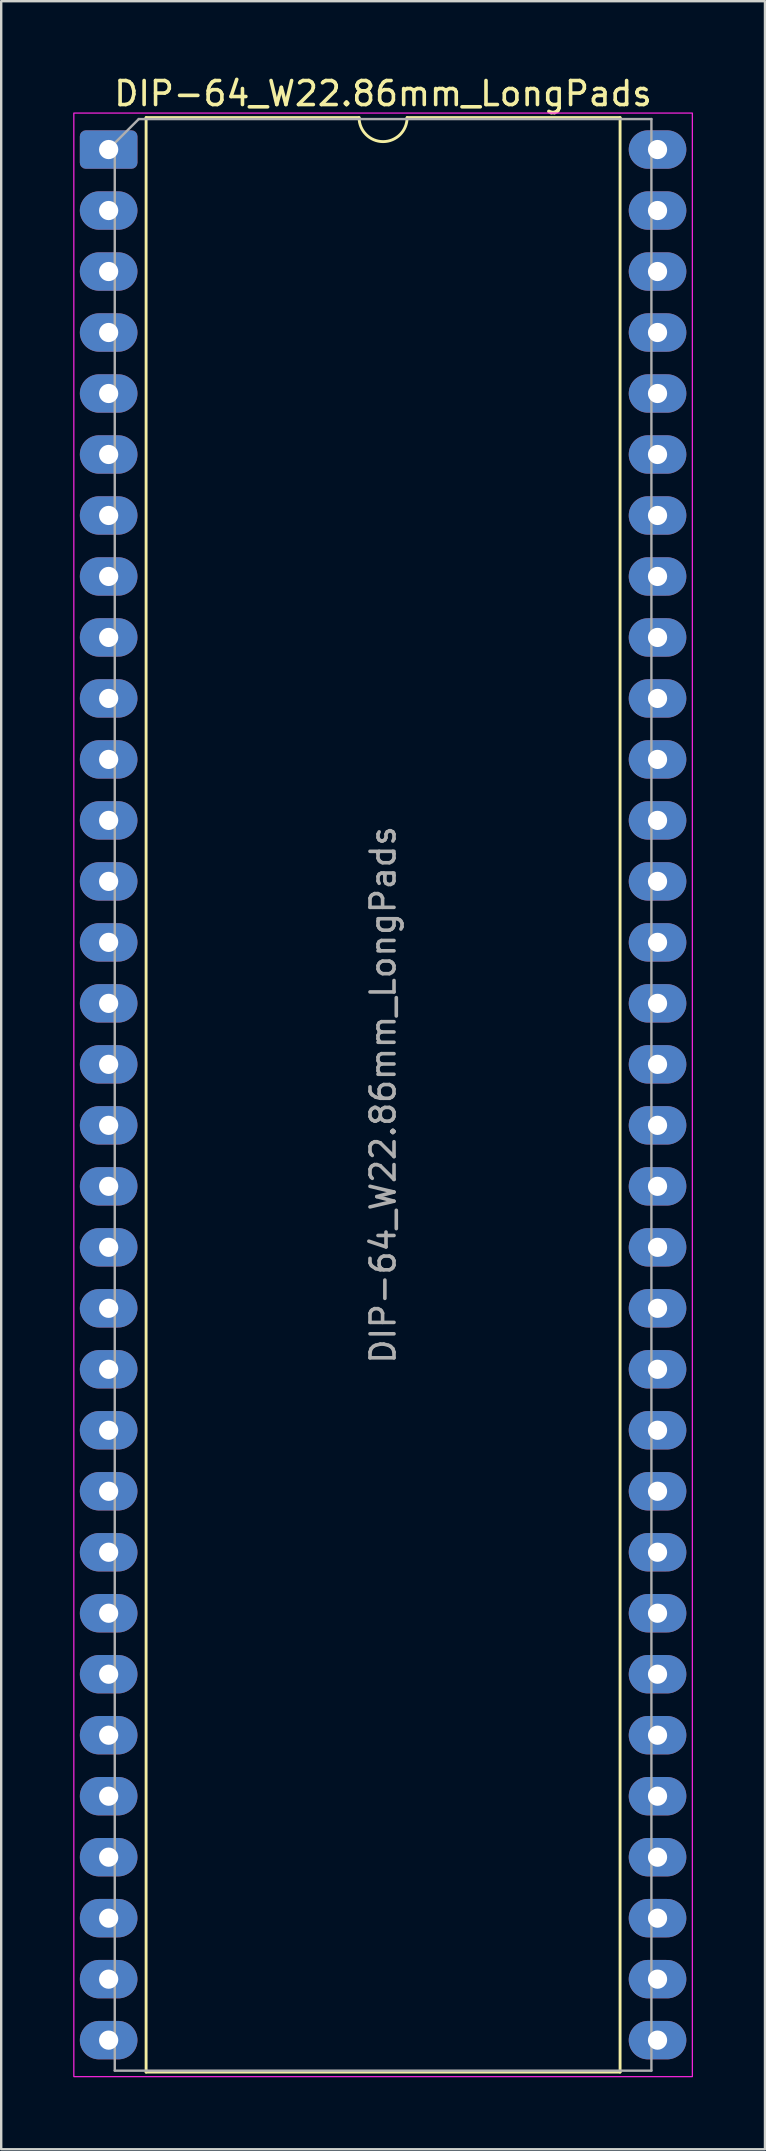
<source format=kicad_pcb>
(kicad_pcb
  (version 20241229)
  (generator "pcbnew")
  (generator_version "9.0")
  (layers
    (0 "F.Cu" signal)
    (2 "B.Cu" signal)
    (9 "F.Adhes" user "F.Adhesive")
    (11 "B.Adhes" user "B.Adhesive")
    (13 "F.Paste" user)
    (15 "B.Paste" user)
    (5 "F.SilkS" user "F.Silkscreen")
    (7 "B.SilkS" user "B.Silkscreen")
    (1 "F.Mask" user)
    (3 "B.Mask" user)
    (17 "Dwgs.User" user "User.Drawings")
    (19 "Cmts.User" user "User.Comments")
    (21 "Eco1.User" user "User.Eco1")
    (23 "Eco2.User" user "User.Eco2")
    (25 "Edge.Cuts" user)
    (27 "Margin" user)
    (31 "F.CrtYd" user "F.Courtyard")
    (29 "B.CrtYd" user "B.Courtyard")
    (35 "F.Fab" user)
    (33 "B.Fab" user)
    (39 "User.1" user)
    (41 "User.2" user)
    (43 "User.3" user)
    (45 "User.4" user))
  (footprint "DIP-64_W22.86mm_LongPads"
    (layer "F.Cu")
    (at 1.475 3.178)
    (property "Reference" "DIP-64_W22.86mm_LongPads" (at 11.43 -2.33 0) (layer "F.SilkS") (effects (font (size 1 1) (thickness 0.15))))
    (attr through_hole)
    (fp_line (start 1.56 -1.33) (end 1.56 80.07) (stroke (width 0.12) (type solid)) (layer "F.SilkS"))
    (fp_line (start 1.56 80.07) (end 21.3 80.07) (stroke (width 0.12) (type solid)) (layer "F.SilkS"))
    (fp_line (start 10.43 -1.33) (end 1.56 -1.33) (stroke (width 0.12) (type solid)) (layer "F.SilkS"))
    (fp_line (start 21.3 -1.33) (end 12.43 -1.33) (stroke (width 0.12) (type solid)) (layer "F.SilkS"))
    (fp_line (start 21.3 80.07) (end 21.3 -1.33) (stroke (width 0.12) (type solid)) (layer "F.SilkS"))
    (fp_arc (start 12.43 -1.33) (mid 11.43 -0.33) (end 10.43 -1.33) (stroke (width 0.12) (type solid)) (layer "F.SilkS"))
    (fp_rect (start -1.45 -1.52) (end 24.31 80.26) (stroke (width 0.05) (type solid)) (fill no) (layer "F.CrtYd"))
    (fp_line (start 0.255 -0.27) (end 1.255 -1.27) (stroke (width 0.1) (type solid)) (layer "F.Fab"))
    (fp_line (start 0.255 80.01) (end 0.255 -0.27) (stroke (width 0.1) (type solid)) (layer "F.Fab"))
    (fp_line (start 1.255 -1.27) (end 22.605 -1.27) (stroke (width 0.1) (type solid)) (layer "F.Fab"))
    (fp_line (start 22.605 -1.27) (end 22.605 80.01) (stroke (width 0.1) (type solid)) (layer "F.Fab"))
    (fp_line (start 22.605 80.01) (end 0.255 80.01) (stroke (width 0.1) (type solid)) (layer "F.Fab"))
    (fp_text user "${REFERENCE}" (at 11.43 39.37 90) (layer "F.Fab") (effects (font (size 1 1) (thickness 0.15))))
    (pad "1" thru_hole roundrect (at 0 0) (size 2.4 1.6) (drill 0.8) (layers "*.Cu" "*.Mask") (roundrect_rratio 0.156))
    (pad "2" thru_hole oval (at 0 2.54) (size 2.4 1.6) (drill 0.8) (layers "*.Cu" "*.Mask"))
    (pad "3" thru_hole oval (at 0 5.08) (size 2.4 1.6) (drill 0.8) (layers "*.Cu" "*.Mask"))
    (pad "4" thru_hole oval (at 0 7.62) (size 2.4 1.6) (drill 0.8) (layers "*.Cu" "*.Mask"))
    (pad "5" thru_hole oval (at 0 10.16) (size 2.4 1.6) (drill 0.8) (layers "*.Cu" "*.Mask"))
    (pad "6" thru_hole oval (at 0 12.7) (size 2.4 1.6) (drill 0.8) (layers "*.Cu" "*.Mask"))
    (pad "7" thru_hole oval (at 0 15.24) (size 2.4 1.6) (drill 0.8) (layers "*.Cu" "*.Mask"))
    (pad "8" thru_hole oval (at 0 17.78) (size 2.4 1.6) (drill 0.8) (layers "*.Cu" "*.Mask"))
    (pad "9" thru_hole oval (at 0 20.32) (size 2.4 1.6) (drill 0.8) (layers "*.Cu" "*.Mask"))
    (pad "10" thru_hole oval (at 0 22.86) (size 2.4 1.6) (drill 0.8) (layers "*.Cu" "*.Mask"))
    (pad "11" thru_hole oval (at 0 25.4) (size 2.4 1.6) (drill 0.8) (layers "*.Cu" "*.Mask"))
    (pad "12" thru_hole oval (at 0 27.94) (size 2.4 1.6) (drill 0.8) (layers "*.Cu" "*.Mask"))
    (pad "13" thru_hole oval (at 0 30.48) (size 2.4 1.6) (drill 0.8) (layers "*.Cu" "*.Mask"))
    (pad "14" thru_hole oval (at 0 33.02) (size 2.4 1.6) (drill 0.8) (layers "*.Cu" "*.Mask"))
    (pad "15" thru_hole oval (at 0 35.56) (size 2.4 1.6) (drill 0.8) (layers "*.Cu" "*.Mask"))
    (pad "16" thru_hole oval (at 0 38.1) (size 2.4 1.6) (drill 0.8) (layers "*.Cu" "*.Mask"))
    (pad "17" thru_hole oval (at 0 40.64) (size 2.4 1.6) (drill 0.8) (layers "*.Cu" "*.Mask"))
    (pad "18" thru_hole oval (at 0 43.18) (size 2.4 1.6) (drill 0.8) (layers "*.Cu" "*.Mask"))
    (pad "19" thru_hole oval (at 0 45.72) (size 2.4 1.6) (drill 0.8) (layers "*.Cu" "*.Mask"))
    (pad "20" thru_hole oval (at 0 48.26) (size 2.4 1.6) (drill 0.8) (layers "*.Cu" "*.Mask"))
    (pad "21" thru_hole oval (at 0 50.8) (size 2.4 1.6) (drill 0.8) (layers "*.Cu" "*.Mask"))
    (pad "22" thru_hole oval (at 0 53.34) (size 2.4 1.6) (drill 0.8) (layers "*.Cu" "*.Mask"))
    (pad "23" thru_hole oval (at 0 55.88) (size 2.4 1.6) (drill 0.8) (layers "*.Cu" "*.Mask"))
    (pad "24" thru_hole oval (at 0 58.42) (size 2.4 1.6) (drill 0.8) (layers "*.Cu" "*.Mask"))
    (pad "25" thru_hole oval (at 0 60.96) (size 2.4 1.6) (drill 0.8) (layers "*.Cu" "*.Mask"))
    (pad "26" thru_hole oval (at 0 63.5) (size 2.4 1.6) (drill 0.8) (layers "*.Cu" "*.Mask"))
    (pad "27" thru_hole oval (at 0 66.04) (size 2.4 1.6) (drill 0.8) (layers "*.Cu" "*.Mask"))
    (pad "28" thru_hole oval (at 0 68.58) (size 2.4 1.6) (drill 0.8) (layers "*.Cu" "*.Mask"))
    (pad "29" thru_hole oval (at 0 71.12) (size 2.4 1.6) (drill 0.8) (layers "*.Cu" "*.Mask"))
    (pad "30" thru_hole oval (at 0 73.66) (size 2.4 1.6) (drill 0.8) (layers "*.Cu" "*.Mask"))
    (pad "31" thru_hole oval (at 0 76.2) (size 2.4 1.6) (drill 0.8) (layers "*.Cu" "*.Mask"))
    (pad "32" thru_hole oval (at 0 78.74) (size 2.4 1.6) (drill 0.8) (layers "*.Cu" "*.Mask"))
    (pad "33" thru_hole oval (at 22.86 78.74) (size 2.4 1.6) (drill 0.8) (layers "*.Cu" "*.Mask"))
    (pad "34" thru_hole oval (at 22.86 76.2) (size 2.4 1.6) (drill 0.8) (layers "*.Cu" "*.Mask"))
    (pad "35" thru_hole oval (at 22.86 73.66) (size 2.4 1.6) (drill 0.8) (layers "*.Cu" "*.Mask"))
    (pad "36" thru_hole oval (at 22.86 71.12) (size 2.4 1.6) (drill 0.8) (layers "*.Cu" "*.Mask"))
    (pad "37" thru_hole oval (at 22.86 68.58) (size 2.4 1.6) (drill 0.8) (layers "*.Cu" "*.Mask"))
    (pad "38" thru_hole oval (at 22.86 66.04) (size 2.4 1.6) (drill 0.8) (layers "*.Cu" "*.Mask"))
    (pad "39" thru_hole oval (at 22.86 63.5) (size 2.4 1.6) (drill 0.8) (layers "*.Cu" "*.Mask"))
    (pad "40" thru_hole oval (at 22.86 60.96) (size 2.4 1.6) (drill 0.8) (layers "*.Cu" "*.Mask"))
    (pad "41" thru_hole oval (at 22.86 58.42) (size 2.4 1.6) (drill 0.8) (layers "*.Cu" "*.Mask"))
    (pad "42" thru_hole oval (at 22.86 55.88) (size 2.4 1.6) (drill 0.8) (layers "*.Cu" "*.Mask"))
    (pad "43" thru_hole oval (at 22.86 53.34) (size 2.4 1.6) (drill 0.8) (layers "*.Cu" "*.Mask"))
    (pad "44" thru_hole oval (at 22.86 50.8) (size 2.4 1.6) (drill 0.8) (layers "*.Cu" "*.Mask"))
    (pad "45" thru_hole oval (at 22.86 48.26) (size 2.4 1.6) (drill 0.8) (layers "*.Cu" "*.Mask"))
    (pad "46" thru_hole oval (at 22.86 45.72) (size 2.4 1.6) (drill 0.8) (layers "*.Cu" "*.Mask"))
    (pad "47" thru_hole oval (at 22.86 43.18) (size 2.4 1.6) (drill 0.8) (layers "*.Cu" "*.Mask"))
    (pad "48" thru_hole oval (at 22.86 40.64) (size 2.4 1.6) (drill 0.8) (layers "*.Cu" "*.Mask"))
    (pad "49" thru_hole oval (at 22.86 38.1) (size 2.4 1.6) (drill 0.8) (layers "*.Cu" "*.Mask"))
    (pad "50" thru_hole oval (at 22.86 35.56) (size 2.4 1.6) (drill 0.8) (layers "*.Cu" "*.Mask"))
    (pad "51" thru_hole oval (at 22.86 33.02) (size 2.4 1.6) (drill 0.8) (layers "*.Cu" "*.Mask"))
    (pad "52" thru_hole oval (at 22.86 30.48) (size 2.4 1.6) (drill 0.8) (layers "*.Cu" "*.Mask"))
    (pad "53" thru_hole oval (at 22.86 27.94) (size 2.4 1.6) (drill 0.8) (layers "*.Cu" "*.Mask"))
    (pad "54" thru_hole oval (at 22.86 25.4) (size 2.4 1.6) (drill 0.8) (layers "*.Cu" "*.Mask"))
    (pad "55" thru_hole oval (at 22.86 22.86) (size 2.4 1.6) (drill 0.8) (layers "*.Cu" "*.Mask"))
    (pad "56" thru_hole oval (at 22.86 20.32) (size 2.4 1.6) (drill 0.8) (layers "*.Cu" "*.Mask"))
    (pad "57" thru_hole oval (at 22.86 17.78) (size 2.4 1.6) (drill 0.8) (layers "*.Cu" "*.Mask"))
    (pad "58" thru_hole oval (at 22.86 15.24) (size 2.4 1.6) (drill 0.8) (layers "*.Cu" "*.Mask"))
    (pad "59" thru_hole oval (at 22.86 12.7) (size 2.4 1.6) (drill 0.8) (layers "*.Cu" "*.Mask"))
    (pad "60" thru_hole oval (at 22.86 10.16) (size 2.4 1.6) (drill 0.8) (layers "*.Cu" "*.Mask"))
    (pad "61" thru_hole oval (at 22.86 7.62) (size 2.4 1.6) (drill 0.8) (layers "*.Cu" "*.Mask"))
    (pad "62" thru_hole oval (at 22.86 5.08) (size 2.4 1.6) (drill 0.8) (layers "*.Cu" "*.Mask"))
    (pad "63" thru_hole oval (at 22.86 2.54) (size 2.4 1.6) (drill 0.8) (layers "*.Cu" "*.Mask"))
    (pad "64" thru_hole oval (at 22.86 0) (size 2.4 1.6) (drill 0.8) (layers "*.Cu" "*.Mask")))
  (gr_rect
    (start -3 -3)
    (end 28.81 86.463)
    (stroke (width 0.1) (type default))
    (fill no)
    (layer "Edge.Cuts")))
</source>
